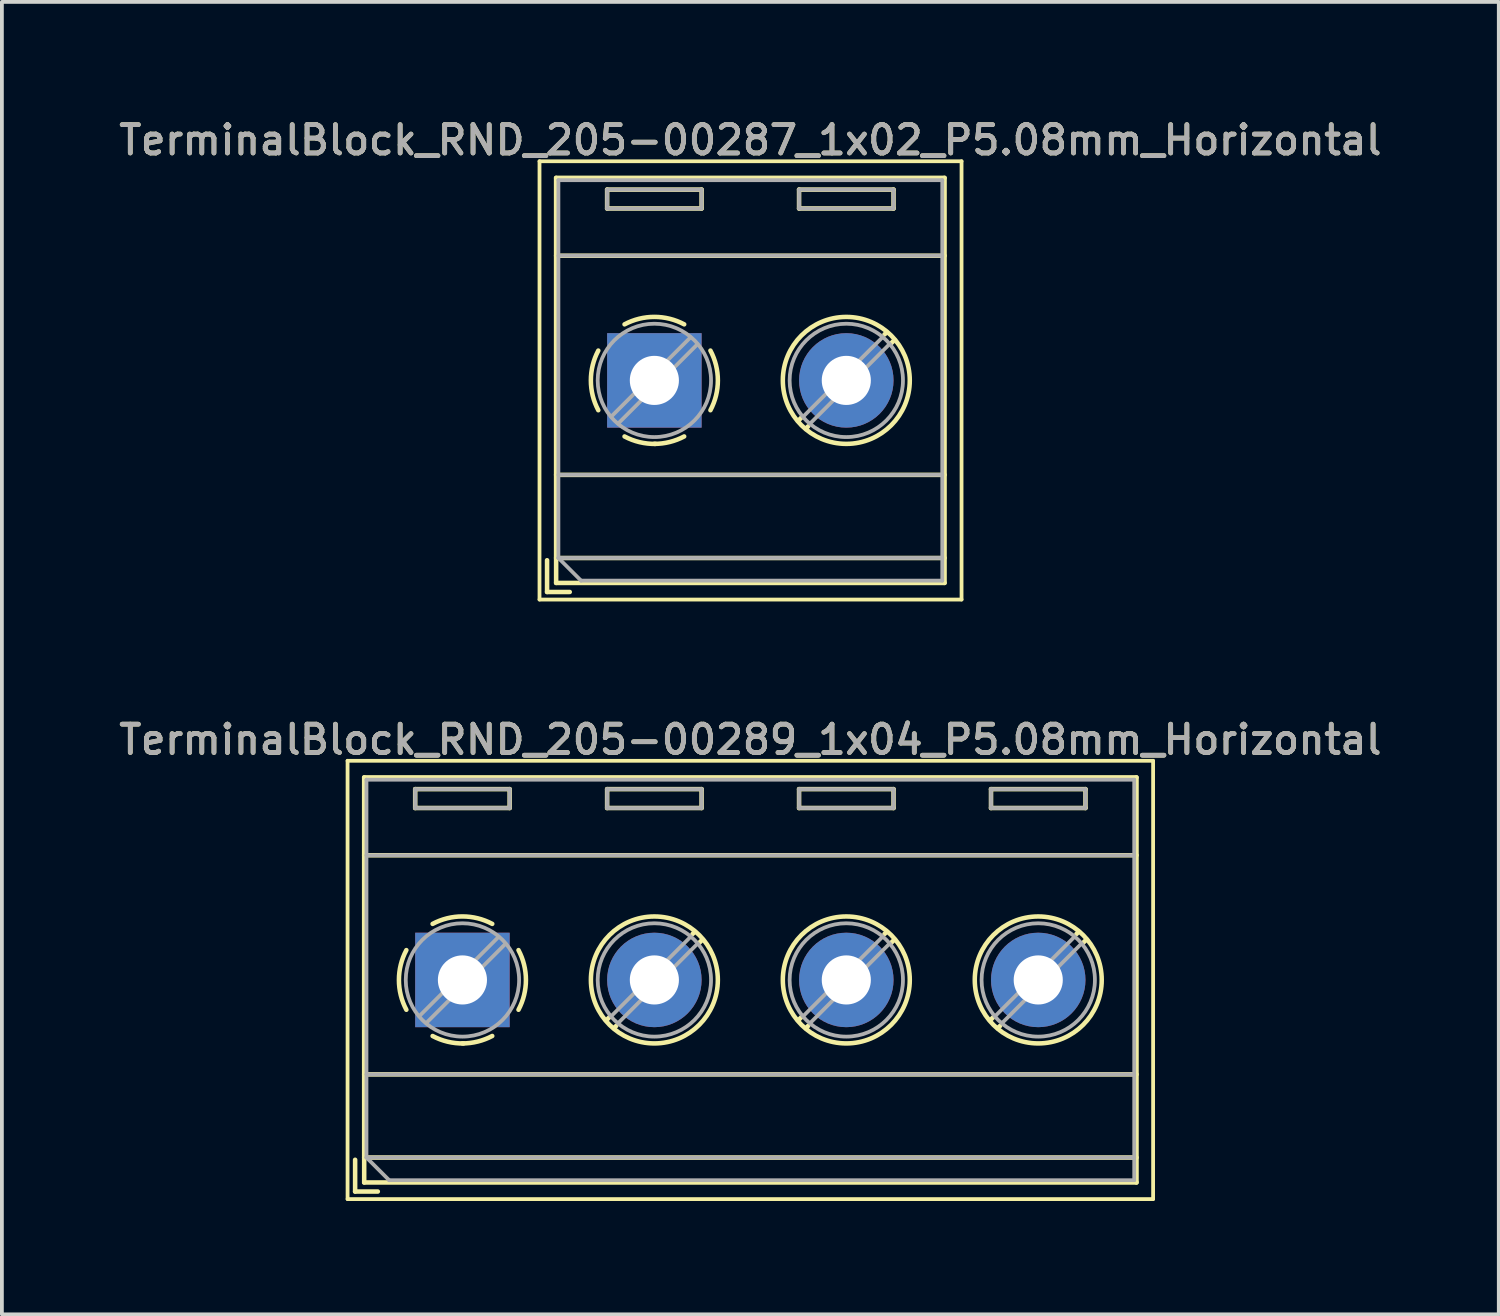
<source format=kicad_pcb>
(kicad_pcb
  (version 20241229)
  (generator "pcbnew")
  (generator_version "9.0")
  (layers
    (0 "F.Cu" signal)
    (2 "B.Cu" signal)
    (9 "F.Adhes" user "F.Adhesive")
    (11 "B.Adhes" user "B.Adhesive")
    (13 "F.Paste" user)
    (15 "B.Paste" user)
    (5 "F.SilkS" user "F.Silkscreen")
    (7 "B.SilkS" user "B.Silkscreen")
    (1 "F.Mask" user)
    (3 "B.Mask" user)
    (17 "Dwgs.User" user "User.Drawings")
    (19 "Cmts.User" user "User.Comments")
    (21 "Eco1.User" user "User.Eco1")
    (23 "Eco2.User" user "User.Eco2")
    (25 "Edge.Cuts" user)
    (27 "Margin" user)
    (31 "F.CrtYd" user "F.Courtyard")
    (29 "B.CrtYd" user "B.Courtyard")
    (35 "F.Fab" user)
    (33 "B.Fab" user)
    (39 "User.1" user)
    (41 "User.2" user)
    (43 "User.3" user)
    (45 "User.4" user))
  (footprint "TerminalBlock_RND_205-00287_1x02_P5.08mm_Horizontal"
    (layer "F.Cu")
    (at 14.269 7.018)
    (property "Reference" "TerminalBlock_RND_205-00287_1x02_P5.08mm_Horizontal" (at 2.54 -6.36 0) (layer "F.SilkS") (effects (font (size 0.75 0.75) (thickness 0.125))))
    (attr through_hole)
    (fp_line (start -3.04 -5.8) (end -3.04 5.8) (stroke (width 0.1) (type solid)) (layer "F.SilkS"))
    (fp_line (start -3.04 5.8) (end 8.13 5.8) (stroke (width 0.1) (type solid)) (layer "F.SilkS"))
    (fp_line (start -2.84 4.76) (end -2.84 5.6) (stroke (width 0.12) (type solid)) (layer "F.SilkS"))
    (fp_line (start -2.84 5.6) (end -2.24 5.6) (stroke (width 0.12) (type solid)) (layer "F.SilkS"))
    (fp_line (start -2.6 -5.36) (end -2.6 5.36) (stroke (width 0.12) (type solid)) (layer "F.SilkS"))
    (fp_line (start -2.6 -5.36) (end 7.68 -5.36) (stroke (width 0.12) (type solid)) (layer "F.SilkS"))
    (fp_line (start -2.6 -3.3) (end 7.68 -3.3) (stroke (width 0.12) (type solid)) (layer "F.SilkS"))
    (fp_line (start -2.6 2.5) (end 7.68 2.5) (stroke (width 0.12) (type solid)) (layer "F.SilkS"))
    (fp_line (start -2.6 4.7) (end 7.68 4.7) (stroke (width 0.12) (type solid)) (layer "F.SilkS"))
    (fp_line (start -2.6 5.36) (end 7.68 5.36) (stroke (width 0.12) (type solid)) (layer "F.SilkS"))
    (fp_line (start -1.25 -5.05) (end -1.25 -4.55) (stroke (width 0.12) (type solid)) (layer "F.SilkS"))
    (fp_line (start -1.25 -5.05) (end 1.25 -5.05) (stroke (width 0.12) (type solid)) (layer "F.SilkS"))
    (fp_line (start -1.25 -4.55) (end 1.25 -4.55) (stroke (width 0.12) (type solid)) (layer "F.SilkS"))
    (fp_line (start 1.25 -5.05) (end 1.25 -4.55) (stroke (width 0.12) (type solid)) (layer "F.SilkS"))
    (fp_line (start 3.83 -5.05) (end 3.83 -4.55) (stroke (width 0.12) (type solid)) (layer "F.SilkS"))
    (fp_line (start 3.83 -5.05) (end 6.33 -5.05) (stroke (width 0.12) (type solid)) (layer "F.SilkS"))
    (fp_line (start 3.83 -4.55) (end 6.33 -4.55) (stroke (width 0.12) (type solid)) (layer "F.SilkS"))
    (fp_line (start 3.9 0.976) (end 3.806 1.069) (stroke (width 0.12) (type solid)) (layer "F.SilkS"))
    (fp_line (start 4.07 1.216) (end 4.011 1.274) (stroke (width 0.12) (type solid)) (layer "F.SilkS"))
    (fp_line (start 6.15 -1.275) (end 6.091 -1.216) (stroke (width 0.12) (type solid)) (layer "F.SilkS"))
    (fp_line (start 6.33 -5.05) (end 6.33 -4.55) (stroke (width 0.12) (type solid)) (layer "F.SilkS"))
    (fp_line (start 6.355 -1.069) (end 6.261 -0.976) (stroke (width 0.12) (type solid)) (layer "F.SilkS"))
    (fp_line (start 7.68 -5.36) (end 7.68 5.36) (stroke (width 0.12) (type solid)) (layer "F.SilkS"))
    (fp_line (start 8.13 -5.8) (end -3.04 -5.8) (stroke (width 0.1) (type solid)) (layer "F.SilkS"))
    (fp_line (start 8.13 5.8) (end 8.13 -5.8) (stroke (width 0.1) (type solid)) (layer "F.SilkS"))
    (fp_arc (start -1.483953 0.789089) (mid -1.680708 0.00005) (end -1.484 -0.789) (stroke (width 0.12) (type solid)) (layer "F.SilkS"))
    (fp_arc (start -0.789089 -1.483953) (mid -0.00005 -1.680708) (end 0.789 -1.484) (stroke (width 0.12) (type solid)) (layer "F.SilkS"))
    (fp_arc (start 0.029383 1.68045) (mid -0.392304 1.634281) (end -0.789 1.484) (stroke (width 0.12) (type solid)) (layer "F.SilkS"))
    (fp_arc (start 0.788712 1.483352) (mid 0.406429 1.630097) (end 0 1.68) (stroke (width 0.12) (type solid)) (layer "F.SilkS"))
    (fp_arc (start 1.483953 -0.789089) (mid 1.680708 -0.00005) (end 1.484 0.789) (stroke (width 0.12) (type solid)) (layer "F.SilkS"))
    (fp_circle (center 5.08 0) (end 6.76 0) (stroke (width 0.12) (type solid)) (fill no) (layer "F.SilkS"))
    (fp_line (start -2.54 -5.3) (end 7.62 -5.3) (stroke (width 0.1) (type solid)) (layer "F.Fab"))
    (fp_line (start -2.54 -3.3) (end 7.62 -3.3) (stroke (width 0.1) (type solid)) (layer "F.Fab"))
    (fp_line (start -2.54 2.5) (end 7.62 2.5) (stroke (width 0.1) (type solid)) (layer "F.Fab"))
    (fp_line (start -2.54 4.7) (end -2.54 -5.3) (stroke (width 0.1) (type solid)) (layer "F.Fab"))
    (fp_line (start -2.54 4.7) (end 7.62 4.7) (stroke (width 0.1) (type solid)) (layer "F.Fab"))
    (fp_line (start -1.94 5.3) (end -2.54 4.7) (stroke (width 0.1) (type solid)) (layer "F.Fab"))
    (fp_line (start -1.25 -5.05) (end -1.25 -4.55) (stroke (width 0.1) (type solid)) (layer "F.Fab"))
    (fp_line (start -1.25 -4.55) (end 1.25 -4.55) (stroke (width 0.1) (type solid)) (layer "F.Fab"))
    (fp_line (start 0.955 -1.138) (end -1.138 0.955) (stroke (width 0.1) (type solid)) (layer "F.Fab"))
    (fp_line (start 1.138 -0.955) (end -0.955 1.138) (stroke (width 0.1) (type solid)) (layer "F.Fab"))
    (fp_line (start 1.25 -5.05) (end -1.25 -5.05) (stroke (width 0.1) (type solid)) (layer "F.Fab"))
    (fp_line (start 1.25 -4.55) (end 1.25 -5.05) (stroke (width 0.1) (type solid)) (layer "F.Fab"))
    (fp_line (start 3.83 -5.05) (end 3.83 -4.55) (stroke (width 0.1) (type solid)) (layer "F.Fab"))
    (fp_line (start 3.83 -4.55) (end 6.33 -4.55) (stroke (width 0.1) (type solid)) (layer "F.Fab"))
    (fp_line (start 6.035 -1.138) (end 3.943 0.955) (stroke (width 0.1) (type solid)) (layer "F.Fab"))
    (fp_line (start 6.218 -0.955) (end 4.126 1.138) (stroke (width 0.1) (type solid)) (layer "F.Fab"))
    (fp_line (start 6.33 -5.05) (end 3.83 -5.05) (stroke (width 0.1) (type solid)) (layer "F.Fab"))
    (fp_line (start 6.33 -4.55) (end 6.33 -5.05) (stroke (width 0.1) (type solid)) (layer "F.Fab"))
    (fp_line (start 7.62 -5.3) (end 7.62 5.3) (stroke (width 0.1) (type solid)) (layer "F.Fab"))
    (fp_line (start 7.62 5.3) (end -1.94 5.3) (stroke (width 0.1) (type solid)) (layer "F.Fab"))
    (fp_circle (center 0 0) (end 1.5 0) (stroke (width 0.1) (type solid)) (fill no) (layer "F.Fab"))
    (fp_circle (center 5.08 0) (end 6.58 0) (stroke (width 0.1) (type solid)) (fill no) (layer "F.Fab"))
    (fp_text user "${REFERENCE}" (at 2.54 -6.36 0) (layer "F.Fab") (effects (font (size 0.75 0.75) (thickness 0.125))))
    (pad "1" thru_hole rect (at 0 0) (size 2.5 2.5) (drill 1.3) (layers "*.Cu" "*.Mask"))
    (pad "2" thru_hole circle (at 5.08 0) (size 2.5 2.5) (drill 1.3) (layers "*.Cu" "*.Mask")))
  (footprint "TerminalBlock_RND_205-00289_1x04_P5.08mm_Horizontal"
    (layer "F.Cu")
    (at 9.189 22.886)
    (property "Reference" "TerminalBlock_RND_205-00289_1x04_P5.08mm_Horizontal" (at 7.62 -6.36 0) (layer "F.SilkS") (effects (font (size 0.75 0.75) (thickness 0.125))))
    (attr through_hole)
    (fp_line (start -3.04 -5.8) (end -3.04 5.8) (stroke (width 0.1) (type solid)) (layer "F.SilkS"))
    (fp_line (start -3.04 5.8) (end 18.28 5.8) (stroke (width 0.1) (type solid)) (layer "F.SilkS"))
    (fp_line (start -2.84 4.76) (end -2.84 5.6) (stroke (width 0.12) (type solid)) (layer "F.SilkS"))
    (fp_line (start -2.84 5.6) (end -2.24 5.6) (stroke (width 0.12) (type solid)) (layer "F.SilkS"))
    (fp_line (start -2.6 -5.36) (end -2.6 5.36) (stroke (width 0.12) (type solid)) (layer "F.SilkS"))
    (fp_line (start -2.6 -5.36) (end 17.84 -5.36) (stroke (width 0.12) (type solid)) (layer "F.SilkS"))
    (fp_line (start -2.6 -3.3) (end 17.84 -3.3) (stroke (width 0.12) (type solid)) (layer "F.SilkS"))
    (fp_line (start -2.6 2.5) (end 17.84 2.5) (stroke (width 0.12) (type solid)) (layer "F.SilkS"))
    (fp_line (start -2.6 4.7) (end 17.84 4.7) (stroke (width 0.12) (type solid)) (layer "F.SilkS"))
    (fp_line (start -2.6 5.36) (end 17.84 5.36) (stroke (width 0.12) (type solid)) (layer "F.SilkS"))
    (fp_line (start -1.25 -5.05) (end -1.25 -4.55) (stroke (width 0.12) (type solid)) (layer "F.SilkS"))
    (fp_line (start -1.25 -5.05) (end 1.25 -5.05) (stroke (width 0.12) (type solid)) (layer "F.SilkS"))
    (fp_line (start -1.25 -4.55) (end 1.25 -4.55) (stroke (width 0.12) (type solid)) (layer "F.SilkS"))
    (fp_line (start 1.25 -5.05) (end 1.25 -4.55) (stroke (width 0.12) (type solid)) (layer "F.SilkS"))
    (fp_line (start 3.83 -5.05) (end 3.83 -4.55) (stroke (width 0.12) (type solid)) (layer "F.SilkS"))
    (fp_line (start 3.83 -5.05) (end 6.33 -5.05) (stroke (width 0.12) (type solid)) (layer "F.SilkS"))
    (fp_line (start 3.83 -4.55) (end 6.33 -4.55) (stroke (width 0.12) (type solid)) (layer "F.SilkS"))
    (fp_line (start 3.9 0.976) (end 3.806 1.069) (stroke (width 0.12) (type solid)) (layer "F.SilkS"))
    (fp_line (start 4.07 1.216) (end 4.011 1.274) (stroke (width 0.12) (type solid)) (layer "F.SilkS"))
    (fp_line (start 6.15 -1.275) (end 6.091 -1.216) (stroke (width 0.12) (type solid)) (layer "F.SilkS"))
    (fp_line (start 6.33 -5.05) (end 6.33 -4.55) (stroke (width 0.12) (type solid)) (layer "F.SilkS"))
    (fp_line (start 6.355 -1.069) (end 6.261 -0.976) (stroke (width 0.12) (type solid)) (layer "F.SilkS"))
    (fp_line (start 8.91 -5.05) (end 8.91 -4.55) (stroke (width 0.12) (type solid)) (layer "F.SilkS"))
    (fp_line (start 8.91 -5.05) (end 11.41 -5.05) (stroke (width 0.12) (type solid)) (layer "F.SilkS"))
    (fp_line (start 8.91 -4.55) (end 11.41 -4.55) (stroke (width 0.12) (type solid)) (layer "F.SilkS"))
    (fp_line (start 8.98 0.976) (end 8.886 1.069) (stroke (width 0.12) (type solid)) (layer "F.SilkS"))
    (fp_line (start 9.15 1.216) (end 9.091 1.274) (stroke (width 0.12) (type solid)) (layer "F.SilkS"))
    (fp_line (start 11.23 -1.275) (end 11.171 -1.216) (stroke (width 0.12) (type solid)) (layer "F.SilkS"))
    (fp_line (start 11.41 -5.05) (end 11.41 -4.55) (stroke (width 0.12) (type solid)) (layer "F.SilkS"))
    (fp_line (start 11.435 -1.069) (end 11.341 -0.976) (stroke (width 0.12) (type solid)) (layer "F.SilkS"))
    (fp_line (start 13.99 -5.05) (end 13.99 -4.55) (stroke (width 0.12) (type solid)) (layer "F.SilkS"))
    (fp_line (start 13.99 -5.05) (end 16.49 -5.05) (stroke (width 0.12) (type solid)) (layer "F.SilkS"))
    (fp_line (start 13.99 -4.55) (end 16.49 -4.55) (stroke (width 0.12) (type solid)) (layer "F.SilkS"))
    (fp_line (start 14.06 0.976) (end 13.966 1.069) (stroke (width 0.12) (type solid)) (layer "F.SilkS"))
    (fp_line (start 14.23 1.216) (end 14.171 1.274) (stroke (width 0.12) (type solid)) (layer "F.SilkS"))
    (fp_line (start 16.31 -1.275) (end 16.251 -1.216) (stroke (width 0.12) (type solid)) (layer "F.SilkS"))
    (fp_line (start 16.49 -5.05) (end 16.49 -4.55) (stroke (width 0.12) (type solid)) (layer "F.SilkS"))
    (fp_line (start 16.515 -1.069) (end 16.421 -0.976) (stroke (width 0.12) (type solid)) (layer "F.SilkS"))
    (fp_line (start 17.84 -5.36) (end 17.84 5.36) (stroke (width 0.12) (type solid)) (layer "F.SilkS"))
    (fp_line (start 18.28 -5.8) (end -3.04 -5.8) (stroke (width 0.1) (type solid)) (layer "F.SilkS"))
    (fp_line (start 18.28 5.8) (end 18.28 -5.8) (stroke (width 0.1) (type solid)) (layer "F.SilkS"))
    (fp_arc (start -1.483953 0.789089) (mid -1.680708 0.00005) (end -1.484 -0.789) (stroke (width 0.12) (type solid)) (layer "F.SilkS"))
    (fp_arc (start -0.789089 -1.483953) (mid -0.00005 -1.680708) (end 0.789 -1.484) (stroke (width 0.12) (type solid)) (layer "F.SilkS"))
    (fp_arc (start 0.029383 1.68045) (mid -0.392304 1.634281) (end -0.789 1.484) (stroke (width 0.12) (type solid)) (layer "F.SilkS"))
    (fp_arc (start 0.788712 1.483352) (mid 0.406429 1.630097) (end 0 1.68) (stroke (width 0.12) (type solid)) (layer "F.SilkS"))
    (fp_arc (start 1.483953 -0.789089) (mid 1.680708 -0.00005) (end 1.484 0.789) (stroke (width 0.12) (type solid)) (layer "F.SilkS"))
    (fp_circle (center 5.08 0) (end 6.76 0) (stroke (width 0.12) (type solid)) (fill no) (layer "F.SilkS"))
    (fp_circle (center 10.16 0) (end 11.84 0) (stroke (width 0.12) (type solid)) (fill no) (layer "F.SilkS"))
    (fp_circle (center 15.24 0) (end 16.92 0) (stroke (width 0.12) (type solid)) (fill no) (layer "F.SilkS"))
    (fp_line (start -2.54 -5.3) (end 17.78 -5.3) (stroke (width 0.1) (type solid)) (layer "F.Fab"))
    (fp_line (start -2.54 -3.3) (end 17.78 -3.3) (stroke (width 0.1) (type solid)) (layer "F.Fab"))
    (fp_line (start -2.54 2.5) (end 17.78 2.5) (stroke (width 0.1) (type solid)) (layer "F.Fab"))
    (fp_line (start -2.54 4.7) (end -2.54 -5.3) (stroke (width 0.1) (type solid)) (layer "F.Fab"))
    (fp_line (start -2.54 4.7) (end 17.78 4.7) (stroke (width 0.1) (type solid)) (layer "F.Fab"))
    (fp_line (start -1.94 5.3) (end -2.54 4.7) (stroke (width 0.1) (type solid)) (layer "F.Fab"))
    (fp_line (start -1.25 -5.05) (end -1.25 -4.55) (stroke (width 0.1) (type solid)) (layer "F.Fab"))
    (fp_line (start -1.25 -4.55) (end 1.25 -4.55) (stroke (width 0.1) (type solid)) (layer "F.Fab"))
    (fp_line (start 0.955 -1.138) (end -1.138 0.955) (stroke (width 0.1) (type solid)) (layer "F.Fab"))
    (fp_line (start 1.138 -0.955) (end -0.955 1.138) (stroke (width 0.1) (type solid)) (layer "F.Fab"))
    (fp_line (start 1.25 -5.05) (end -1.25 -5.05) (stroke (width 0.1) (type solid)) (layer "F.Fab"))
    (fp_line (start 1.25 -4.55) (end 1.25 -5.05) (stroke (width 0.1) (type solid)) (layer "F.Fab"))
    (fp_line (start 3.83 -5.05) (end 3.83 -4.55) (stroke (width 0.1) (type solid)) (layer "F.Fab"))
    (fp_line (start 3.83 -4.55) (end 6.33 -4.55) (stroke (width 0.1) (type solid)) (layer "F.Fab"))
    (fp_line (start 6.035 -1.138) (end 3.943 0.955) (stroke (width 0.1) (type solid)) (layer "F.Fab"))
    (fp_line (start 6.218 -0.955) (end 4.126 1.138) (stroke (width 0.1) (type solid)) (layer "F.Fab"))
    (fp_line (start 6.33 -5.05) (end 3.83 -5.05) (stroke (width 0.1) (type solid)) (layer "F.Fab"))
    (fp_line (start 6.33 -4.55) (end 6.33 -5.05) (stroke (width 0.1) (type solid)) (layer "F.Fab"))
    (fp_line (start 8.91 -5.05) (end 8.91 -4.55) (stroke (width 0.1) (type solid)) (layer "F.Fab"))
    (fp_line (start 8.91 -4.55) (end 11.41 -4.55) (stroke (width 0.1) (type solid)) (layer "F.Fab"))
    (fp_line (start 11.115 -1.138) (end 9.023 0.955) (stroke (width 0.1) (type solid)) (layer "F.Fab"))
    (fp_line (start 11.298 -0.955) (end 9.206 1.138) (stroke (width 0.1) (type solid)) (layer "F.Fab"))
    (fp_line (start 11.41 -5.05) (end 8.91 -5.05) (stroke (width 0.1) (type solid)) (layer "F.Fab"))
    (fp_line (start 11.41 -4.55) (end 11.41 -5.05) (stroke (width 0.1) (type solid)) (layer "F.Fab"))
    (fp_line (start 13.99 -5.05) (end 13.99 -4.55) (stroke (width 0.1) (type solid)) (layer "F.Fab"))
    (fp_line (start 13.99 -4.55) (end 16.49 -4.55) (stroke (width 0.1) (type solid)) (layer "F.Fab"))
    (fp_line (start 16.195 -1.138) (end 14.103 0.955) (stroke (width 0.1) (type solid)) (layer "F.Fab"))
    (fp_line (start 16.378 -0.955) (end 14.286 1.138) (stroke (width 0.1) (type solid)) (layer "F.Fab"))
    (fp_line (start 16.49 -5.05) (end 13.99 -5.05) (stroke (width 0.1) (type solid)) (layer "F.Fab"))
    (fp_line (start 16.49 -4.55) (end 16.49 -5.05) (stroke (width 0.1) (type solid)) (layer "F.Fab"))
    (fp_line (start 17.78 -5.3) (end 17.78 5.3) (stroke (width 0.1) (type solid)) (layer "F.Fab"))
    (fp_line (start 17.78 5.3) (end -1.94 5.3) (stroke (width 0.1) (type solid)) (layer "F.Fab"))
    (fp_circle (center 0 0) (end 1.5 0) (stroke (width 0.1) (type solid)) (fill no) (layer "F.Fab"))
    (fp_circle (center 5.08 0) (end 6.58 0) (stroke (width 0.1) (type solid)) (fill no) (layer "F.Fab"))
    (fp_circle (center 10.16 0) (end 11.66 0) (stroke (width 0.1) (type solid)) (fill no) (layer "F.Fab"))
    (fp_circle (center 15.24 0) (end 16.74 0) (stroke (width 0.1) (type solid)) (fill no) (layer "F.Fab"))
    (fp_text user "${REFERENCE}" (at 7.62 -6.36 0) (layer "F.Fab") (effects (font (size 0.75 0.75) (thickness 0.125))))
    (pad "1" thru_hole rect (at 0 0) (size 2.5 2.5) (drill 1.3) (layers "*.Cu" "*.Mask"))
    (pad "2" thru_hole circle (at 5.08 0) (size 2.5 2.5) (drill 1.3) (layers "*.Cu" "*.Mask"))
    (pad "3" thru_hole circle (at 10.16 0) (size 2.5 2.5) (drill 1.3) (layers "*.Cu" "*.Mask"))
    (pad "4" thru_hole circle (at 15.24 0) (size 2.5 2.5) (drill 1.3) (layers "*.Cu" "*.Mask")))
  (gr_rect
    (start -3 -3)
    (end 36.618 31.736)
    (stroke (width 0.1) (type default))
    (fill no)
    (layer "Edge.Cuts")))
</source>
